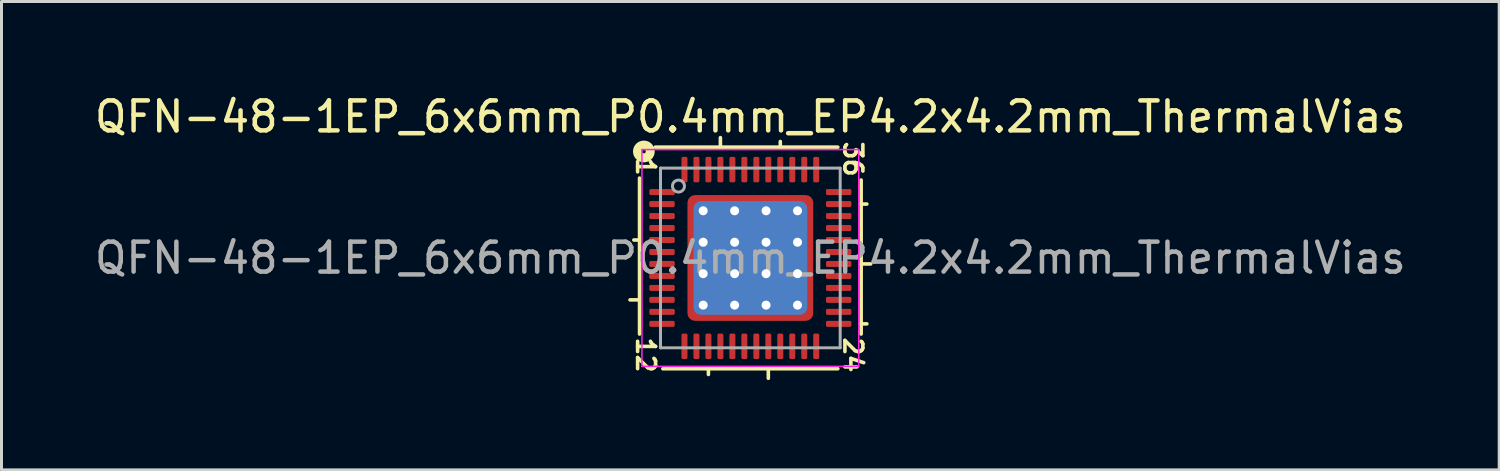
<source format=kicad_pcb>
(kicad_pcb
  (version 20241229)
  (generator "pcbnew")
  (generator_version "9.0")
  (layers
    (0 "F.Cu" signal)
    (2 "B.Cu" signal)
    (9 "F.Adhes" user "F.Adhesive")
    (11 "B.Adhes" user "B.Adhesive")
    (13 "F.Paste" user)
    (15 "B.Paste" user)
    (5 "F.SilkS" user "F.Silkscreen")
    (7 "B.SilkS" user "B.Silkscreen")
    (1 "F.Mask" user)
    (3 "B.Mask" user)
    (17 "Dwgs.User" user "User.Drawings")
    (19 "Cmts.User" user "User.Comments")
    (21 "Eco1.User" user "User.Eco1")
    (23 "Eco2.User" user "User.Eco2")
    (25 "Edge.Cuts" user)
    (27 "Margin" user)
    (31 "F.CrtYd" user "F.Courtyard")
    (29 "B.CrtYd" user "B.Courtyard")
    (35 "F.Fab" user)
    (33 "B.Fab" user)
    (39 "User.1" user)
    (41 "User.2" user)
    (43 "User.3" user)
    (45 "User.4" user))
  (footprint "QFN-48-1EP_6x6mm_P0.4mm_EP4.2x4.2mm_ThermalVias"
    (layer "F.Cu")
    (at 22.006 5.564)
    (property "Reference" "QFN-48-1EP_6x6mm_P0.4mm_EP4.2x4.2mm_ThermalVias" (at 0 -4.716 0) (layer "F.SilkS") (effects (font (size 1 1) (thickness 0.15))))
    (attr smd)
    (fp_line (start -3.7 -2.667) (end -3.7 2.54) (stroke (width 0.12) (type solid)) (layer "F.SilkS"))
    (fp_line (start -3.7 -0.6) (end -3.89 -0.6) (stroke (width 0.12) (type solid)) (layer "F.SilkS"))
    (fp_line (start -3.7 1.4) (end -4.018 1.4) (stroke (width 0.12) (type solid)) (layer "F.SilkS"))
    (fp_line (start -2.921 3.7) (end 2.921 3.7) (stroke (width 0.12) (type solid)) (layer "F.SilkS"))
    (fp_line (start -1.4 3.89) (end -1.4 3.7) (stroke (width 0.12) (type solid)) (layer "F.SilkS"))
    (fp_line (start -1 -3.7) (end -1 -4.018) (stroke (width 0.12) (type solid)) (layer "F.SilkS"))
    (fp_line (start 0.6 3.7) (end 0.6 4.018) (stroke (width 0.12) (type solid)) (layer "F.SilkS"))
    (fp_line (start 1 -3.7) (end 1 -3.89) (stroke (width 0.12) (type solid)) (layer "F.SilkS"))
    (fp_line (start 2.921 -3.7) (end -3.175 -3.7) (stroke (width 0.12) (type solid)) (layer "F.SilkS"))
    (fp_line (start 3.7 -1.8) (end 3.89 -1.8) (stroke (width 0.12) (type solid)) (layer "F.SilkS"))
    (fp_line (start 3.7 0.2) (end 4.018 0.2) (stroke (width 0.12) (type solid)) (layer "F.SilkS"))
    (fp_line (start 3.7 2.2) (end 3.89 2.2) (stroke (width 0.12) (type solid)) (layer "F.SilkS"))
    (fp_line (start 3.7 2.54) (end 3.7 -2.603) (stroke (width 0.12) (type solid)) (layer "F.SilkS"))
    (fp_circle (center -3.556 -3.556) (end -3.493 -3.556) (stroke (width 0.3) (type solid)) (fill no) (layer "F.SilkS"))
    (fp_line (start -3.62 -3.62) (end -3.62 3.62) (stroke (width 0.05) (type solid)) (layer "F.CrtYd"))
    (fp_line (start -3.62 3.62) (end 3.62 3.62) (stroke (width 0.05) (type solid)) (layer "F.CrtYd"))
    (fp_line (start 3.62 -3.62) (end -3.62 -3.62) (stroke (width 0.05) (type solid)) (layer "F.CrtYd"))
    (fp_line (start 3.62 3.62) (end 3.62 -3.62) (stroke (width 0.05) (type solid)) (layer "F.CrtYd"))
    (fp_line (start -3 -3) (end 3 -3) (stroke (width 0.1) (type solid)) (layer "F.Fab"))
    (fp_line (start -3 3) (end -3 -3) (stroke (width 0.1) (type solid)) (layer "F.Fab"))
    (fp_line (start 3 -3) (end 3 3) (stroke (width 0.1) (type solid)) (layer "F.Fab"))
    (fp_line (start 3 3) (end -3 3) (stroke (width 0.1) (type solid)) (layer "F.Fab"))
    (fp_circle (center -2.4 -2.4) (end -2.2 -2.4) (stroke (width 0.1) (type solid)) (fill no) (layer "F.Fab"))
    (fp_text user "24" (at 3.429 3.239 270) (unlocked yes) (layer "F.SilkS") (effects (font (size 0.6 0.6) (thickness 0.12))))
    (fp_text user "12" (at -3.493 3.239 270) (unlocked yes) (layer "F.SilkS") (effects (font (size 0.6 0.6) (thickness 0.12))))
    (fp_text user "36" (at 3.429 -3.302 270) (unlocked yes) (layer "F.SilkS") (effects (font (size 0.6 0.6) (thickness 0.12))))
    (fp_text user "1" (at -3.493 -3.048 270) (unlocked yes) (layer "F.SilkS") (effects (font (size 0.6 0.6) (thickness 0.12))))
    (fp_text user "${REFERENCE}" (at 0 0 0) (layer "F.Fab") (effects (font (size 1 1) (thickness 0.15))))
    (pad "" smd custom (at -1.837 -1.837) (size 0.295 0.295) (layers "F.Paste") (options (anchor circle)) (primitives (gr_poly (pts (xy 0.106 -0.013) (xy -0.013 0.106) (xy -0.106 0.106) (xy -0.106 -0.106) (xy 0.106 -0.106)) (width 0.212) (fill yes))))
    (pad "" smd custom (at -1.837 -1.05) (size 0.331 0.331) (layers "F.Paste") (options (anchor circle)) (primitives (gr_poly (pts (xy 0.12 -0.255) (xy 0.12 0.255) (xy 0.043 0.331) (xy -0.12 0.331) (xy -0.12 -0.331) (xy 0.043 -0.331)) (width 0.184) (fill yes))))
    (pad "" smd custom (at -1.837 0) (size 0.331 0.331) (layers "F.Paste") (options (anchor circle)) (primitives (gr_poly (pts (xy 0.12 -0.255) (xy 0.12 0.255) (xy 0.043 0.331) (xy -0.12 0.331) (xy -0.12 -0.331) (xy 0.043 -0.331)) (width 0.184) (fill yes))))
    (pad "" smd custom (at -1.837 1.05) (size 0.331 0.331) (layers "F.Paste") (options (anchor circle)) (primitives (gr_poly (pts (xy 0.12 -0.255) (xy 0.12 0.255) (xy 0.043 0.331) (xy -0.12 0.331) (xy -0.12 -0.331) (xy 0.043 -0.331)) (width 0.184) (fill yes))))
    (pad "" smd custom (at -1.837 1.837) (size 0.295 0.295) (layers "F.Paste") (options (anchor circle)) (primitives (gr_poly (pts (xy 0.106 0.013) (xy 0.106 0.106) (xy -0.106 0.106) (xy -0.106 -0.106) (xy -0.013 -0.106)) (width 0.212) (fill yes))))
    (pad "" smd custom (at -1.05 -1.837) (size 0.331 0.331) (layers "F.Paste") (options (anchor circle)) (primitives (gr_poly (pts (xy 0.331 0.043) (xy 0.255 0.12) (xy -0.255 0.12) (xy -0.331 0.043) (xy -0.331 -0.12) (xy 0.331 -0.12)) (width 0.184) (fill yes))))
    (pad "" smd roundrect (at -1.05 -1.05) (size 0.847 0.847) (layers "F.Paste") (roundrect_rratio 0.25))
    (pad "" smd roundrect (at -1.05 0) (size 0.847 0.847) (layers "F.Paste") (roundrect_rratio 0.25))
    (pad "" smd roundrect (at -1.05 1.05) (size 0.847 0.847) (layers "F.Paste") (roundrect_rratio 0.25))
    (pad "" smd custom (at -1.05 1.837) (size 0.331 0.331) (layers "F.Paste") (options (anchor circle)) (primitives (gr_poly (pts (xy 0.331 -0.043) (xy 0.331 0.12) (xy -0.331 0.12) (xy -0.331 -0.043) (xy -0.255 -0.12) (xy 0.255 -0.12)) (width 0.184) (fill yes))))
    (pad "" smd custom (at 0 -1.837) (size 0.331 0.331) (layers "F.Paste") (options (anchor circle)) (primitives (gr_poly (pts (xy 0.331 0.043) (xy 0.255 0.12) (xy -0.255 0.12) (xy -0.331 0.043) (xy -0.331 -0.12) (xy 0.331 -0.12)) (width 0.184) (fill yes))))
    (pad "" smd roundrect (at 0 -1.05) (size 0.847 0.847) (layers "F.Paste") (roundrect_rratio 0.25))
    (pad "" smd roundrect (at 0 0) (size 0.847 0.847) (layers "F.Paste") (roundrect_rratio 0.25))
    (pad "" smd roundrect (at 0 1.05) (size 0.847 0.847) (layers "F.Paste") (roundrect_rratio 0.25))
    (pad "" smd custom (at 0 1.837) (size 0.331 0.331) (layers "F.Paste") (options (anchor circle)) (primitives (gr_poly (pts (xy 0.331 -0.043) (xy 0.331 0.12) (xy -0.331 0.12) (xy -0.331 -0.043) (xy -0.255 -0.12) (xy 0.255 -0.12)) (width 0.184) (fill yes))))
    (pad "" smd custom (at 1.05 -1.837) (size 0.331 0.331) (layers "F.Paste") (options (anchor circle)) (primitives (gr_poly (pts (xy 0.331 0.043) (xy 0.255 0.12) (xy -0.255 0.12) (xy -0.331 0.043) (xy -0.331 -0.12) (xy 0.331 -0.12)) (width 0.184) (fill yes))))
    (pad "" smd roundrect (at 1.05 -1.05) (size 0.847 0.847) (layers "F.Paste") (roundrect_rratio 0.25))
    (pad "" smd roundrect (at 1.05 0) (size 0.847 0.847) (layers "F.Paste") (roundrect_rratio 0.25))
    (pad "" smd roundrect (at 1.05 1.05) (size 0.847 0.847) (layers "F.Paste") (roundrect_rratio 0.25))
    (pad "" smd custom (at 1.05 1.837) (size 0.331 0.331) (layers "F.Paste") (options (anchor circle)) (primitives (gr_poly (pts (xy 0.331 -0.043) (xy 0.331 0.12) (xy -0.331 0.12) (xy -0.331 -0.043) (xy -0.255 -0.12) (xy 0.255 -0.12)) (width 0.184) (fill yes))))
    (pad "" smd custom (at 1.837 -1.837) (size 0.295 0.295) (layers "F.Paste") (options (anchor circle)) (primitives (gr_poly (pts (xy 0.106 0.106) (xy 0.013 0.106) (xy -0.106 -0.013) (xy -0.106 -0.106) (xy 0.106 -0.106)) (width 0.212) (fill yes))))
    (pad "" smd custom (at 1.837 -1.05) (size 0.331 0.331) (layers "F.Paste") (options (anchor circle)) (primitives (gr_poly (pts (xy 0.12 0.331) (xy -0.043 0.331) (xy -0.12 0.255) (xy -0.12 -0.255) (xy -0.043 -0.331) (xy 0.12 -0.331)) (width 0.184) (fill yes))))
    (pad "" smd custom (at 1.837 0) (size 0.331 0.331) (layers "F.Paste") (options (anchor circle)) (primitives (gr_poly (pts (xy 0.12 0.331) (xy -0.043 0.331) (xy -0.12 0.255) (xy -0.12 -0.255) (xy -0.043 -0.331) (xy 0.12 -0.331)) (width 0.184) (fill yes))))
    (pad "" smd custom (at 1.837 1.05) (size 0.331 0.331) (layers "F.Paste") (options (anchor circle)) (primitives (gr_poly (pts (xy 0.12 0.331) (xy -0.043 0.331) (xy -0.12 0.255) (xy -0.12 -0.255) (xy -0.043 -0.331) (xy 0.12 -0.331)) (width 0.184) (fill yes))))
    (pad "" smd custom (at 1.837 1.837) (size 0.295 0.295) (layers "F.Paste") (options (anchor circle)) (primitives (gr_poly (pts (xy 0.106 0.106) (xy -0.106 0.106) (xy -0.106 0.013) (xy 0.013 -0.106) (xy 0.106 -0.106)) (width 0.212) (fill yes))))
    (pad "1" smd roundrect (at -2.95 -2.2) (size 0.85 0.2) (layers "F.Cu" "F.Mask" "F.Paste") (roundrect_rratio 0.25))
    (pad "2" smd roundrect (at -2.95 -1.8) (size 0.85 0.2) (layers "F.Cu" "F.Mask" "F.Paste") (roundrect_rratio 0.25))
    (pad "3" smd roundrect (at -2.95 -1.4) (size 0.85 0.2) (layers "F.Cu" "F.Mask" "F.Paste") (roundrect_rratio 0.25))
    (pad "4" smd roundrect (at -2.95 -1) (size 0.85 0.2) (layers "F.Cu" "F.Mask" "F.Paste") (roundrect_rratio 0.25))
    (pad "5" smd roundrect (at -2.95 -0.6) (size 0.85 0.2) (layers "F.Cu" "F.Mask" "F.Paste") (roundrect_rratio 0.25))
    (pad "6" smd roundrect (at -2.95 -0.2) (size 0.85 0.2) (layers "F.Cu" "F.Mask" "F.Paste") (roundrect_rratio 0.25))
    (pad "7" smd roundrect (at -2.95 0.2) (size 0.85 0.2) (layers "F.Cu" "F.Mask" "F.Paste") (roundrect_rratio 0.25))
    (pad "8" smd roundrect (at -2.95 0.6) (size 0.85 0.2) (layers "F.Cu" "F.Mask" "F.Paste") (roundrect_rratio 0.25))
    (pad "9" smd roundrect (at -2.95 1) (size 0.85 0.2) (layers "F.Cu" "F.Mask" "F.Paste") (roundrect_rratio 0.25))
    (pad "10" smd roundrect (at -2.95 1.4) (size 0.85 0.2) (layers "F.Cu" "F.Mask" "F.Paste") (roundrect_rratio 0.25))
    (pad "11" smd roundrect (at -2.95 1.8) (size 0.85 0.2) (layers "F.Cu" "F.Mask" "F.Paste") (roundrect_rratio 0.25))
    (pad "12" smd roundrect (at -2.95 2.2) (size 0.85 0.2) (layers "F.Cu" "F.Mask" "F.Paste") (roundrect_rratio 0.25))
    (pad "13" smd roundrect (at -2.2 2.95) (size 0.2 0.85) (layers "F.Cu" "F.Mask" "F.Paste") (roundrect_rratio 0.25))
    (pad "14" smd roundrect (at -1.8 2.95) (size 0.2 0.85) (layers "F.Cu" "F.Mask" "F.Paste") (roundrect_rratio 0.25))
    (pad "15" smd roundrect (at -1.4 2.95) (size 0.2 0.85) (layers "F.Cu" "F.Mask" "F.Paste") (roundrect_rratio 0.25))
    (pad "16" smd roundrect (at -1 2.95) (size 0.2 0.85) (layers "F.Cu" "F.Mask" "F.Paste") (roundrect_rratio 0.25))
    (pad "17" smd roundrect (at -0.6 2.95) (size 0.2 0.85) (layers "F.Cu" "F.Mask" "F.Paste") (roundrect_rratio 0.25))
    (pad "18" smd roundrect (at -0.2 2.95) (size 0.2 0.85) (layers "F.Cu" "F.Mask" "F.Paste") (roundrect_rratio 0.25))
    (pad "19" smd roundrect (at 0.2 2.95) (size 0.2 0.85) (layers "F.Cu" "F.Mask" "F.Paste") (roundrect_rratio 0.25))
    (pad "20" smd roundrect (at 0.6 2.95) (size 0.2 0.85) (layers "F.Cu" "F.Mask" "F.Paste") (roundrect_rratio 0.25))
    (pad "21" smd roundrect (at 1 2.95) (size 0.2 0.85) (layers "F.Cu" "F.Mask" "F.Paste") (roundrect_rratio 0.25))
    (pad "22" smd roundrect (at 1.4 2.95) (size 0.2 0.85) (layers "F.Cu" "F.Mask" "F.Paste") (roundrect_rratio 0.25))
    (pad "23" smd roundrect (at 1.8 2.95) (size 0.2 0.85) (layers "F.Cu" "F.Mask" "F.Paste") (roundrect_rratio 0.25))
    (pad "24" smd roundrect (at 2.2 2.95) (size 0.2 0.85) (layers "F.Cu" "F.Mask" "F.Paste") (roundrect_rratio 0.25))
    (pad "25" smd roundrect (at 2.95 2.2) (size 0.85 0.2) (layers "F.Cu" "F.Mask" "F.Paste") (roundrect_rratio 0.25))
    (pad "26" smd roundrect (at 2.95 1.8) (size 0.85 0.2) (layers "F.Cu" "F.Mask" "F.Paste") (roundrect_rratio 0.25))
    (pad "27" smd roundrect (at 2.95 1.4) (size 0.85 0.2) (layers "F.Cu" "F.Mask" "F.Paste") (roundrect_rratio 0.25))
    (pad "28" smd roundrect (at 2.95 1) (size 0.85 0.2) (layers "F.Cu" "F.Mask" "F.Paste") (roundrect_rratio 0.25))
    (pad "29" smd roundrect (at 2.95 0.6) (size 0.85 0.2) (layers "F.Cu" "F.Mask" "F.Paste") (roundrect_rratio 0.25))
    (pad "30" smd roundrect (at 2.95 0.2) (size 0.85 0.2) (layers "F.Cu" "F.Mask" "F.Paste") (roundrect_rratio 0.25))
    (pad "31" smd roundrect (at 2.95 -0.2) (size 0.85 0.2) (layers "F.Cu" "F.Mask" "F.Paste") (roundrect_rratio 0.25))
    (pad "32" smd roundrect (at 2.95 -0.6) (size 0.85 0.2) (layers "F.Cu" "F.Mask" "F.Paste") (roundrect_rratio 0.25))
    (pad "33" smd roundrect (at 2.95 -1) (size 0.85 0.2) (layers "F.Cu" "F.Mask" "F.Paste") (roundrect_rratio 0.25))
    (pad "34" smd roundrect (at 2.95 -1.4) (size 0.85 0.2) (layers "F.Cu" "F.Mask" "F.Paste") (roundrect_rratio 0.25))
    (pad "35" smd roundrect (at 2.95 -1.8) (size 0.85 0.2) (layers "F.Cu" "F.Mask" "F.Paste") (roundrect_rratio 0.25))
    (pad "36" smd roundrect (at 2.95 -2.2) (size 0.85 0.2) (layers "F.Cu" "F.Mask" "F.Paste") (roundrect_rratio 0.25))
    (pad "37" smd roundrect (at 2.2 -2.95) (size 0.2 0.85) (layers "F.Cu" "F.Mask" "F.Paste") (roundrect_rratio 0.25))
    (pad "38" smd roundrect (at 1.8 -2.95) (size 0.2 0.85) (layers "F.Cu" "F.Mask" "F.Paste") (roundrect_rratio 0.25))
    (pad "39" smd roundrect (at 1.4 -2.95) (size 0.2 0.85) (layers "F.Cu" "F.Mask" "F.Paste") (roundrect_rratio 0.25))
    (pad "40" smd roundrect (at 1 -2.95) (size 0.2 0.85) (layers "F.Cu" "F.Mask" "F.Paste") (roundrect_rratio 0.25))
    (pad "41" smd roundrect (at 0.6 -2.95) (size 0.2 0.85) (layers "F.Cu" "F.Mask" "F.Paste") (roundrect_rratio 0.25))
    (pad "42" smd roundrect (at 0.2 -2.95) (size 0.2 0.85) (layers "F.Cu" "F.Mask" "F.Paste") (roundrect_rratio 0.25))
    (pad "43" smd roundrect (at -0.2 -2.95) (size 0.2 0.85) (layers "F.Cu" "F.Mask" "F.Paste") (roundrect_rratio 0.25))
    (pad "44" smd roundrect (at -0.6 -2.95) (size 0.2 0.85) (layers "F.Cu" "F.Mask" "F.Paste") (roundrect_rratio 0.25))
    (pad "45" smd roundrect (at -1 -2.95) (size 0.2 0.85) (layers "F.Cu" "F.Mask" "F.Paste") (roundrect_rratio 0.25))
    (pad "46" smd roundrect (at -1.4 -2.95) (size 0.2 0.85) (layers "F.Cu" "F.Mask" "F.Paste") (roundrect_rratio 0.25))
    (pad "47" smd roundrect (at -1.8 -2.95) (size 0.2 0.85) (layers "F.Cu" "F.Mask" "F.Paste") (roundrect_rratio 0.25))
    (pad "48" smd roundrect (at -2.2 -2.95) (size 0.2 0.85) (layers "F.Cu" "F.Mask" "F.Paste") (roundrect_rratio 0.25))
    (pad "49" thru_hole circle (at -1.575 -1.575) (size 0.6 0.6) (drill 0.3) (property pad_prop_heatsink) (layers "*.Cu"))
    (pad "49" thru_hole circle (at -1.575 -0.525) (size 0.6 0.6) (drill 0.3) (property pad_prop_heatsink) (layers "*.Cu"))
    (pad "49" thru_hole circle (at -1.575 0.525) (size 0.6 0.6) (drill 0.3) (property pad_prop_heatsink) (layers "*.Cu"))
    (pad "49" thru_hole circle (at -1.575 1.575) (size 0.6 0.6) (drill 0.3) (property pad_prop_heatsink) (layers "*.Cu"))
    (pad "49" thru_hole circle (at -0.525 -1.575) (size 0.6 0.6) (drill 0.3) (property pad_prop_heatsink) (layers "*.Cu"))
    (pad "49" thru_hole circle (at -0.525 -0.525) (size 0.6 0.6) (drill 0.3) (property pad_prop_heatsink) (layers "*.Cu"))
    (pad "49" thru_hole circle (at -0.525 0.525) (size 0.6 0.6) (drill 0.3) (property pad_prop_heatsink) (layers "*.Cu"))
    (pad "49" thru_hole circle (at -0.525 1.575) (size 0.6 0.6) (drill 0.3) (property pad_prop_heatsink) (layers "*.Cu"))
    (pad "49" smd roundrect (at 0 0) (size 3.8 3.8) (layers "B.Cu" "B.Mask") (roundrect_rratio 0.066))
    (pad "49" smd roundrect (at 0 0) (size 4.2 4.2) (layers "F.Cu" "F.Mask") (roundrect_rratio 0.06))
    (pad "49" thru_hole circle (at 0.525 -1.575) (size 0.6 0.6) (drill 0.3) (property pad_prop_heatsink) (layers "*.Cu"))
    (pad "49" thru_hole circle (at 0.525 -0.525) (size 0.6 0.6) (drill 0.3) (property pad_prop_heatsink) (layers "*.Cu"))
    (pad "49" thru_hole circle (at 0.525 0.525) (size 0.6 0.6) (drill 0.3) (property pad_prop_heatsink) (layers "*.Cu"))
    (pad "49" thru_hole circle (at 0.525 1.575) (size 0.6 0.6) (drill 0.3) (property pad_prop_heatsink) (layers "*.Cu"))
    (pad "49" thru_hole circle (at 1.575 -1.575) (size 0.6 0.6) (drill 0.3) (property pad_prop_heatsink) (layers "*.Cu"))
    (pad "49" thru_hole circle (at 1.575 -0.525) (size 0.6 0.6) (drill 0.3) (property pad_prop_heatsink) (layers "*.Cu"))
    (pad "49" thru_hole circle (at 1.575 0.525) (size 0.6 0.6) (drill 0.3) (property pad_prop_heatsink) (layers "*.Cu"))
    (pad "49" thru_hole circle (at 1.575 1.575) (size 0.6 0.6) (drill 0.3) (property pad_prop_heatsink) (layers "*.Cu")))
  (gr_rect
    (start -3 -3)
    (end 47.012 12.642)
    (stroke (width 0.1) (type default))
    (fill no)
    (layer "Edge.Cuts")))
</source>
